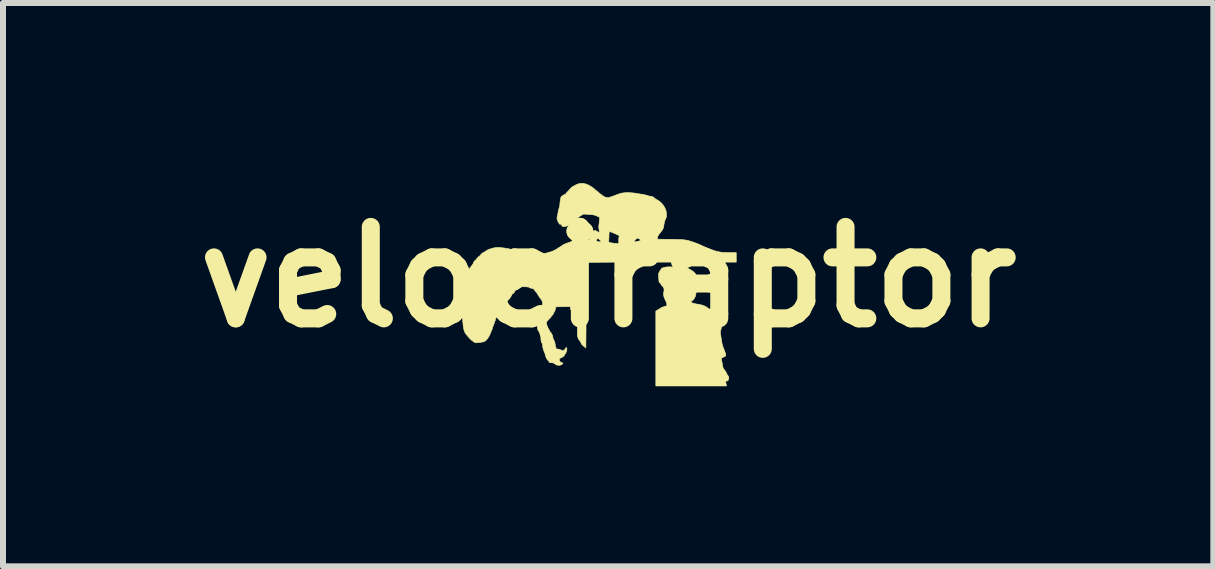
<source format=kicad_pcb>
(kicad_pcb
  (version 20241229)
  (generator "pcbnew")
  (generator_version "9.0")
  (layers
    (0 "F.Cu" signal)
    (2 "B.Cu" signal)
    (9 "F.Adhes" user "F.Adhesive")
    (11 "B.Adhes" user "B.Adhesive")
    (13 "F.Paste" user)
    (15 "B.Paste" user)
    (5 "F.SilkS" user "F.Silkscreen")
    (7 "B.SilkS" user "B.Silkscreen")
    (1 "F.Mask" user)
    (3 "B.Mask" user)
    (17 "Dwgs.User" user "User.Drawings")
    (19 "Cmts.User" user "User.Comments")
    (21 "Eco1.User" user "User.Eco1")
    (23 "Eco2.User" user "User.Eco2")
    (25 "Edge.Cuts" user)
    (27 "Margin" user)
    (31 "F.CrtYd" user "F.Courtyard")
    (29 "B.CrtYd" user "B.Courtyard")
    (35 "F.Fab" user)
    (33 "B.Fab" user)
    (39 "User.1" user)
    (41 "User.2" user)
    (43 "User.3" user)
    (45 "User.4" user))
  (footprint "velociraptor"
    (layer "F.Cu")
    (at 7.083 1.565)
    (property "Reference" "velociraptor" (at 0 0 0) (layer "F.SilkS") (effects (font (size 1.524 1.524) (thickness 0.3))))
    (attr through_hole)
    (fp_poly (pts (xy -1.949 -0.473) (xy -1.953 -0.47) (xy -1.956 -0.473) (xy -1.953 -0.476) (xy -1.949 -0.473)) (stroke (width 0.01) (type solid)) (fill yes) (layer "F.SilkS"))
    (fp_poly (pts (xy -1.232 0.206) (xy -1.235 0.21) (xy -1.238 0.206) (xy -1.235 0.203) (xy -1.232 0.206)) (stroke (width 0.01) (type solid)) (fill yes) (layer "F.SilkS"))
    (fp_poly (pts (xy -1.003 0.727) (xy -1.006 0.73) (xy -1.01 0.727) (xy -1.006 0.724) (xy -1.003 0.727)) (stroke (width 0.01) (type solid)) (fill yes) (layer "F.SilkS"))
    (fp_poly (pts (xy -1.107 1.088) (xy -1.106 1.096) (xy -1.107 1.096) (xy -1.111 1.096) (xy -1.111 1.092) (xy -1.109 1.087) (xy -1.107 1.088)) (stroke (width 0.01) (type solid)) (fill yes) (layer "F.SilkS"))
    (fp_poly (pts (xy 1.075 -0.166) (xy 1.086 -0.164) (xy 1.112 -0.161) (xy 1.145 -0.158) (xy 1.183 -0.157) (xy 1.216 -0.156) (xy 1.26 -0.155) (xy 1.292 -0.152) (xy 1.316 -0.148) (xy 1.326 -0.145) (xy 1.349 -0.134) (xy 1.375 -0.119) (xy 1.401 -0.102) (xy 1.424 -0.085) (xy 1.437 -0.071) (xy 1.449 -0.057) (xy 1.458 -0.048) (xy 1.465 -0.036) (xy 1.467 -0.029) (xy 1.47 -0.02) (xy 1.473 -0.019) (xy 1.478 -0.013) (xy 1.483 0.003) (xy 1.486 0.027) (xy 1.489 0.056) (xy 1.49 0.087) (xy 1.489 0.119) (xy 1.487 0.149) (xy 1.483 0.174) (xy 1.483 0.175) (xy 1.477 0.199) (xy 1.473 0.221) (xy 1.47 0.235) (xy 1.467 0.25) (xy 1.463 0.271) (xy 1.46 0.292) (xy 1.448 0.333) (xy 1.427 0.368) (xy 1.405 0.392) (xy 1.393 0.401) (xy 1.384 0.403) (xy 1.384 0.403) (xy 1.379 0.405) (xy 1.378 0.409) (xy 1.384 0.421) (xy 1.402 0.432) (xy 1.432 0.442) (xy 1.474 0.451) (xy 1.491 0.453) (xy 1.547 0.464) (xy 1.594 0.478) (xy 1.634 0.498) (xy 1.67 0.523) (xy 1.696 0.548) (xy 1.716 0.569) (xy 1.734 0.591) (xy 1.747 0.609) (xy 1.749 0.613) (xy 1.76 0.632) (xy 1.774 0.656) (xy 1.785 0.673) (xy 1.801 0.698) (xy 1.816 0.724) (xy 1.824 0.74) (xy 1.836 0.76) (xy 1.85 0.775) (xy 1.857 0.781) (xy 1.873 0.796) (xy 1.882 0.819) (xy 1.885 0.848) (xy 1.879 0.878) (xy 1.876 0.886) (xy 1.869 0.913) (xy 1.869 0.933) (xy 1.878 0.988) (xy 1.884 1.032) (xy 1.89 1.067) (xy 1.895 1.096) (xy 1.9 1.119) (xy 1.905 1.139) (xy 1.911 1.158) (xy 1.918 1.177) (xy 1.926 1.199) (xy 1.937 1.225) (xy 1.937 1.226) (xy 1.949 1.258) (xy 1.956 1.28) (xy 1.959 1.296) (xy 1.959 1.308) (xy 1.956 1.314) (xy 1.946 1.325) (xy 1.937 1.327) (xy 1.923 1.332) (xy 1.918 1.337) (xy 1.905 1.345) (xy 1.897 1.346) (xy 1.891 1.347) (xy 1.888 1.351) (xy 1.887 1.36) (xy 1.888 1.376) (xy 1.892 1.4) (xy 1.899 1.435) (xy 1.904 1.46) (xy 1.908 1.485) (xy 1.909 1.495) (xy 1.919 1.525) (xy 1.934 1.543) (xy 1.948 1.562) (xy 1.963 1.586) (xy 1.97 1.6) (xy 1.98 1.621) (xy 1.99 1.637) (xy 1.996 1.644) (xy 2.007 1.661) (xy 2.01 1.684) (xy 2.005 1.709) (xy 2.004 1.711) (xy 1.996 1.726) (xy 1.986 1.732) (xy 1.974 1.734) (xy 1.961 1.734) (xy 1.957 1.74) (xy 1.958 1.753) (xy 1.959 1.754) (xy 1.963 1.776) (xy 1.967 1.795) (xy 1.97 1.816) (xy 0.794 1.816) (xy 0.794 0.568) (xy 0.83 0.546) (xy 0.849 0.535) (xy 0.864 0.526) (xy 0.87 0.521) (xy 0.879 0.515) (xy 0.894 0.507) (xy 0.909 0.501) (xy 0.915 0.5) (xy 0.927 0.496) (xy 0.93 0.494) (xy 0.94 0.49) (xy 0.957 0.486) (xy 0.961 0.486) (xy 0.977 0.48) (xy 0.988 0.474) (xy 0.989 0.472) (xy 0.987 0.463) (xy 0.981 0.445) (xy 0.971 0.422) (xy 0.96 0.401) (xy 0.942 0.362) (xy 0.93 0.331) (xy 0.924 0.304) (xy 0.923 0.278) (xy 0.927 0.25) (xy 0.928 0.244) (xy 0.932 0.221) (xy 0.932 0.205) (xy 0.929 0.192) (xy 0.923 0.178) (xy 0.914 0.162) (xy 0.905 0.152) (xy 0.903 0.151) (xy 0.895 0.145) (xy 0.885 0.13) (xy 0.876 0.114) (xy 0.866 0.098) (xy 0.86 0.089) (xy 0.857 0.089) (xy 0.855 0.094) (xy 0.851 0.092) (xy 0.849 0.083) (xy 0.846 0.065) (xy 0.844 0.041) (xy 0.842 0.013) (xy 0.841 -0.015) (xy 0.84 -0.039) (xy 0.841 -0.058) (xy 0.842 -0.067) (xy 0.848 -0.073) (xy 0.851 -0.073) (xy 0.854 -0.074) (xy 0.853 -0.079) (xy 0.854 -0.087) (xy 0.857 -0.089) (xy 0.862 -0.092) (xy 0.861 -0.094) (xy 0.862 -0.102) (xy 0.87 -0.113) (xy 0.879 -0.125) (xy 0.883 -0.133) (xy 0.889 -0.141) (xy 0.904 -0.15) (xy 0.928 -0.157) (xy 0.956 -0.164) (xy 0.987 -0.168) (xy 0.987 -0.168) (xy 1.031 -0.169) (xy 1.075 -0.166)) (stroke (width 0.01) (type solid)) (fill yes) (layer "F.SilkS"))
    (fp_poly (pts (xy -0.404 -1.558) (xy -0.4 -1.555) (xy -0.396 -1.552) (xy -0.394 -1.553) (xy -0.383 -1.553) (xy -0.379 -1.552) (xy -0.366 -1.546) (xy -0.362 -1.545) (xy -0.349 -1.541) (xy -0.329 -1.531) (xy -0.305 -1.519) (xy -0.282 -1.505) (xy -0.263 -1.493) (xy -0.255 -1.487) (xy -0.241 -1.476) (xy -0.221 -1.458) (xy -0.197 -1.439) (xy -0.185 -1.429) (xy -0.142 -1.393) (xy -0.107 -1.366) (xy -0.077 -1.346) (xy -0.052 -1.332) (xy -0.031 -1.325) (xy -0.011 -1.322) (xy 0.004 -1.323) (xy 0.021 -1.327) (xy 0.046 -1.335) (xy 0.076 -1.345) (xy 0.103 -1.355) (xy 0.15 -1.373) (xy 0.188 -1.386) (xy 0.221 -1.396) (xy 0.252 -1.401) (xy 0.283 -1.404) (xy 0.317 -1.405) (xy 0.33 -1.405) (xy 0.367 -1.404) (xy 0.405 -1.401) (xy 0.44 -1.398) (xy 0.457 -1.395) (xy 0.492 -1.389) (xy 0.53 -1.383) (xy 0.565 -1.378) (xy 0.565 -1.377) (xy 0.595 -1.372) (xy 0.624 -1.366) (xy 0.647 -1.359) (xy 0.65 -1.358) (xy 0.671 -1.351) (xy 0.692 -1.347) (xy 0.699 -1.346) (xy 0.719 -1.344) (xy 0.74 -1.337) (xy 0.757 -1.328) (xy 0.766 -1.319) (xy 0.773 -1.312) (xy 0.788 -1.301) (xy 0.809 -1.29) (xy 0.812 -1.288) (xy 0.862 -1.256) (xy 0.904 -1.215) (xy 0.938 -1.164) (xy 0.944 -1.152) (xy 0.957 -1.123) (xy 0.964 -1.1) (xy 0.969 -1.076) (xy 0.97 -1.052) (xy 0.971 -1.025) (xy 0.97 -1.005) (xy 0.965 -0.987) (xy 0.956 -0.966) (xy 0.954 -0.963) (xy 0.938 -0.919) (xy 0.929 -0.87) (xy 0.924 -0.837) (xy 0.916 -0.81) (xy 0.903 -0.784) (xy 0.883 -0.757) (xy 0.862 -0.731) (xy 0.837 -0.698) (xy 0.823 -0.669) (xy 0.819 -0.647) (xy 0.819 -0.63) (xy 1.04 -0.627) (xy 1.105 -0.626) (xy 1.159 -0.624) (xy 1.204 -0.623) (xy 1.241 -0.621) (xy 1.273 -0.618) (xy 1.3 -0.614) (xy 1.326 -0.609) (xy 1.351 -0.602) (xy 1.377 -0.594) (xy 1.406 -0.585) (xy 1.413 -0.582) (xy 1.45 -0.569) (xy 1.485 -0.556) (xy 1.516 -0.543) (xy 1.542 -0.532) (xy 1.559 -0.523) (xy 1.565 -0.52) (xy 1.576 -0.515) (xy 1.582 -0.514) (xy 1.592 -0.511) (xy 1.594 -0.507) (xy 1.596 -0.503) (xy 1.598 -0.504) (xy 1.605 -0.503) (xy 1.618 -0.496) (xy 1.621 -0.494) (xy 1.632 -0.487) (xy 1.636 -0.486) (xy 1.636 -0.488) (xy 1.636 -0.493) (xy 1.641 -0.491) (xy 1.648 -0.485) (xy 1.647 -0.482) (xy 1.649 -0.479) (xy 1.654 -0.48) (xy 1.665 -0.479) (xy 1.681 -0.473) (xy 1.684 -0.471) (xy 1.698 -0.463) (xy 1.707 -0.458) (xy 1.708 -0.458) (xy 1.719 -0.456) (xy 1.733 -0.452) (xy 1.744 -0.448) (xy 1.746 -0.445) (xy 1.752 -0.442) (xy 1.763 -0.44) (xy 1.778 -0.437) (xy 1.787 -0.434) (xy 1.798 -0.428) (xy 1.8 -0.428) (xy 1.809 -0.426) (xy 1.827 -0.423) (xy 1.851 -0.418) (xy 1.86 -0.417) (xy 1.897 -0.411) (xy 1.945 -0.408) (xy 2.003 -0.406) (xy 2.023 -0.406) (xy 2.134 -0.406) (xy 2.134 -0.248) (xy 0.904 -0.248) (xy 0.749 -0.248) (xy 0.606 -0.248) (xy 0.475 -0.247) (xy 0.355 -0.247) (xy 0.247 -0.247) (xy 0.149 -0.247) (xy 0.061 -0.247) (xy -0.017 -0.246) (xy -0.085 -0.246) (xy -0.145 -0.245) (xy -0.196 -0.245) (xy -0.239 -0.244) (xy -0.274 -0.244) (xy -0.301 -0.243) (xy -0.322 -0.242) (xy -0.337 -0.241) (xy -0.345 -0.241) (xy -0.347 -0.24) (xy -0.368 -0.232) (xy -0.368 0.474) (xy -0.368 0.568) (xy -0.368 0.658) (xy -0.369 0.743) (xy -0.369 0.824) (xy -0.369 0.898) (xy -0.37 0.965) (xy -0.37 1.025) (xy -0.371 1.076) (xy -0.371 1.118) (xy -0.372 1.15) (xy -0.372 1.171) (xy -0.373 1.181) (xy -0.373 1.181) (xy -0.381 1.177) (xy -0.388 1.17) (xy -0.4 1.159) (xy -0.416 1.146) (xy -0.421 1.141) (xy -0.437 1.126) (xy -0.447 1.111) (xy -0.449 1.106) (xy -0.458 1.085) (xy -0.474 1.06) (xy -0.49 1.041) (xy -0.497 1.029) (xy -0.504 1.009) (xy -0.508 0.993) (xy -0.51 0.981) (xy -0.512 0.968) (xy -0.513 0.953) (xy -0.513 0.934) (xy -0.513 0.91) (xy -0.512 0.879) (xy -0.51 0.84) (xy -0.508 0.792) (xy -0.504 0.732) (xy -0.504 0.73) (xy -0.5 0.657) (xy -0.522 0.648) (xy -0.539 0.639) (xy -0.553 0.63) (xy -0.554 0.629) (xy -0.576 0.608) (xy -0.59 0.593) (xy -0.598 0.58) (xy -0.601 0.569) (xy -0.608 0.554) (xy -0.617 0.548) (xy -0.625 0.542) (xy -0.628 0.528) (xy -0.629 0.52) (xy -0.629 0.495) (xy -0.751 0.495) (xy -0.796 0.496) (xy -0.83 0.496) (xy -0.853 0.497) (xy -0.867 0.499) (xy -0.874 0.502) (xy -0.875 0.503) (xy -0.877 0.521) (xy -0.88 0.535) (xy -0.882 0.543) (xy -0.882 0.543) (xy -0.884 0.548) (xy -0.886 0.558) (xy -0.892 0.575) (xy -0.898 0.584) (xy -0.906 0.594) (xy -0.907 0.599) (xy -0.911 0.611) (xy -0.919 0.624) (xy -0.927 0.634) (xy -0.934 0.638) (xy -0.935 0.637) (xy -0.939 0.637) (xy -0.938 0.64) (xy -0.939 0.648) (xy -0.946 0.656) (xy -0.954 0.664) (xy -0.955 0.668) (xy -0.958 0.674) (xy -0.968 0.685) (xy -0.984 0.7) (xy -0.986 0.702) (xy -1.002 0.717) (xy -1.014 0.729) (xy -1.018 0.736) (xy -1.018 0.736) (xy -1.021 0.744) (xy -1.024 0.748) (xy -1.028 0.762) (xy -1.026 0.783) (xy -1.018 0.811) (xy -1.006 0.841) (xy -0.996 0.859) (xy -0.985 0.88) (xy -0.976 0.896) (xy -0.972 0.905) (xy -0.972 0.906) (xy -0.968 0.912) (xy -0.958 0.923) (xy -0.943 0.944) (xy -0.93 0.97) (xy -0.922 0.996) (xy -0.921 1.01) (xy -0.918 1.027) (xy -0.911 1.039) (xy -0.903 1.053) (xy -0.902 1.061) (xy -0.899 1.071) (xy -0.896 1.073) (xy -0.892 1.079) (xy -0.888 1.094) (xy -0.884 1.115) (xy -0.881 1.139) (xy -0.88 1.15) (xy -0.876 1.158) (xy -0.875 1.159) (xy -0.871 1.169) (xy -0.87 1.182) (xy -0.869 1.193) (xy -0.864 1.199) (xy -0.85 1.2) (xy -0.843 1.2) (xy -0.817 1.204) (xy -0.795 1.213) (xy -0.768 1.224) (xy -0.745 1.224) (xy -0.725 1.212) (xy -0.713 1.192) (xy -0.704 1.178) (xy -0.697 1.175) (xy -0.691 1.181) (xy -0.688 1.196) (xy -0.689 1.216) (xy -0.692 1.232) (xy -0.7 1.254) (xy -0.71 1.274) (xy -0.715 1.28) (xy -0.725 1.293) (xy -0.73 1.304) (xy -0.73 1.305) (xy -0.735 1.314) (xy -0.748 1.325) (xy -0.766 1.337) (xy -0.783 1.347) (xy -0.798 1.352) (xy -0.801 1.353) (xy -0.809 1.355) (xy -0.812 1.365) (xy -0.813 1.377) (xy -0.81 1.397) (xy -0.801 1.411) (xy -0.796 1.416) (xy -0.781 1.425) (xy -0.769 1.429) (xy -0.769 1.429) (xy -0.756 1.431) (xy -0.755 1.439) (xy -0.761 1.448) (xy -0.786 1.465) (xy -0.817 1.472) (xy -0.85 1.468) (xy -0.857 1.466) (xy -0.871 1.459) (xy -0.882 1.451) (xy -0.781 1.451) (xy -0.778 1.454) (xy -0.775 1.451) (xy -0.778 1.448) (xy -0.781 1.451) (xy -0.882 1.451) (xy -0.888 1.447) (xy -0.891 1.445) (xy -0.916 1.432) (xy -0.934 1.429) (xy -0.952 1.427) (xy -0.964 1.421) (xy -0.965 1.421) (xy -0.971 1.416) (xy -0.969 1.421) (xy -0.969 1.421) (xy -0.967 1.427) (xy -0.973 1.425) (xy -0.977 1.423) (xy -0.986 1.415) (xy -0.987 1.41) (xy -0.989 1.402) (xy -0.996 1.396) (xy -1.013 1.378) (xy -1.029 1.351) (xy -1.042 1.321) (xy -1.047 1.3) (xy -1.054 1.273) (xy -1.065 1.244) (xy -1.071 1.231) (xy -1.082 1.203) (xy -1.088 1.176) (xy -1.089 1.167) (xy -1.091 1.148) (xy -1.094 1.134) (xy -1.095 1.131) (xy -1.096 1.12) (xy -1.095 1.118) (xy -1.096 1.112) (xy -1.098 1.111) (xy -1.102 1.107) (xy -1.1 1.101) (xy -1.102 1.089) (xy -1.108 1.082) (xy -1.114 1.074) (xy -1.118 1.061) (xy -1.12 1.039) (xy -1.12 1.03) (xy -1.121 1.008) (xy -1.123 0.993) (xy -1.125 0.988) (xy -1.125 0.988) (xy -1.128 0.984) (xy -1.131 0.975) (xy -1.118 0.975) (xy -1.114 0.978) (xy -1.111 0.975) (xy -1.114 0.972) (xy -1.118 0.975) (xy -1.131 0.975) (xy -1.132 0.971) (xy -1.133 0.966) (xy -1.138 0.945) (xy -1.146 0.923) (xy -1.156 0.904) (xy -1.164 0.895) (xy -1.169 0.886) (xy -1.173 0.873) (xy -1.176 0.858) (xy -1.176 0.847) (xy -1.174 0.845) (xy -1.171 0.841) (xy -1.172 0.838) (xy -1.178 0.834) (xy -1.18 0.834) (xy -1.183 0.831) (xy -1.184 0.818) (xy -1.183 0.798) (xy -1.181 0.776) (xy -1.178 0.757) (xy -1.174 0.741) (xy -1.169 0.731) (xy -1.167 0.73) (xy -1.164 0.726) (xy -1.165 0.72) (xy -1.166 0.707) (xy -1.164 0.703) (xy -1.159 0.691) (xy -1.159 0.689) (xy -1.156 0.669) (xy -1.151 0.65) (xy -1.147 0.635) (xy -1.143 0.629) (xy -1.142 0.629) (xy -1.14 0.624) (xy -1.141 0.619) (xy -1.141 0.606) (xy -1.139 0.602) (xy -1.136 0.591) (xy -1.135 0.573) (xy -1.135 0.565) (xy -1.135 0.549) (xy -1.134 0.544) (xy -1.13 0.549) (xy -1.13 0.549) (xy -1.126 0.555) (xy -1.125 0.551) (xy -1.126 0.54) (xy -1.125 0.524) (xy -1.124 0.518) (xy -1.121 0.521) (xy -1.118 0.518) (xy -1.121 0.514) (xy -1.124 0.517) (xy -1.121 0.506) (xy -1.121 0.505) (xy -1.118 0.505) (xy -1.114 0.508) (xy -1.111 0.505) (xy -1.114 0.502) (xy -1.118 0.505) (xy -1.121 0.505) (xy -1.116 0.492) (xy -1.111 0.492) (xy -1.108 0.495) (xy -1.105 0.492) (xy -1.108 0.489) (xy -1.111 0.492) (xy -1.116 0.492) (xy -1.114 0.488) (xy -1.107 0.474) (xy -1.101 0.47) (xy -1.101 0.474) (xy -1.102 0.477) (xy -1.103 0.482) (xy -1.1 0.48) (xy -1.096 0.471) (xy -1.096 0.466) (xy -1.096 0.454) (xy -1.094 0.449) (xy -1.089 0.438) (xy -1.092 0.425) (xy -1.097 0.414) (xy -1.102 0.404) (xy -1.101 0.4) (xy -1.101 0.396) (xy -1.104 0.392) (xy -1.108 0.382) (xy -1.106 0.378) (xy -1.106 0.376) (xy -1.11 0.377) (xy -1.117 0.378) (xy -1.118 0.375) (xy -1.121 0.367) (xy -1.131 0.353) (xy -1.137 0.346) (xy -1.148 0.333) (xy -1.153 0.325) (xy -1.153 0.324) (xy -1.154 0.32) (xy -1.161 0.31) (xy -1.162 0.31) (xy -1.17 0.299) (xy -1.171 0.291) (xy -1.173 0.286) (xy -1.175 0.286) (xy -1.18 0.283) (xy -1.179 0.282) (xy -1.181 0.276) (xy -1.19 0.265) (xy -1.193 0.262) (xy -1.201 0.253) (xy -1.202 0.251) (xy -1.2 0.252) (xy -1.198 0.252) (xy -1.204 0.245) (xy -1.209 0.24) (xy -1.222 0.227) (xy -1.226 0.219) (xy -1.226 0.219) (xy -1.222 0.222) (xy -1.219 0.219) (xy -1.222 0.216) (xy -1.226 0.219) (xy -1.226 0.219) (xy -1.228 0.214) (xy -1.229 0.212) (xy -1.232 0.201) (xy -1.237 0.199) (xy -1.246 0.197) (xy -1.248 0.197) (xy -1.256 0.194) (xy -1.257 0.194) (xy -1.265 0.191) (xy -1.265 0.191) (xy -1.272 0.189) (xy -1.279 0.187) (xy -1.302 0.182) (xy -1.315 0.178) (xy -1.319 0.172) (xy -1.318 0.168) (xy -1.318 0.16) (xy -1.321 0.159) (xy -1.327 0.164) (xy -1.327 0.165) (xy -1.331 0.169) (xy -1.334 0.168) (xy -1.343 0.166) (xy -1.361 0.164) (xy -1.385 0.163) (xy -1.394 0.163) (xy -1.422 0.162) (xy -1.44 0.164) (xy -1.449 0.167) (xy -1.451 0.169) (xy -1.459 0.176) (xy -1.467 0.178) (xy -1.476 0.18) (xy -1.477 0.183) (xy -1.479 0.19) (xy -1.483 0.193) (xy -1.49 0.193) (xy -1.489 0.189) (xy -1.49 0.188) (xy -1.496 0.195) (xy -1.499 0.199) (xy -1.512 0.211) (xy -1.525 0.213) (xy -1.525 0.212) (xy -1.534 0.212) (xy -1.535 0.217) (xy -1.539 0.224) (xy -1.545 0.225) (xy -1.552 0.226) (xy -1.552 0.229) (xy -1.554 0.237) (xy -1.559 0.243) (xy -1.565 0.252) (xy -1.565 0.255) (xy -1.567 0.261) (xy -1.576 0.27) (xy -1.584 0.277) (xy -1.586 0.275) (xy -1.585 0.275) (xy -1.586 0.266) (xy -1.589 0.263) (xy -1.594 0.261) (xy -1.593 0.263) (xy -1.593 0.271) (xy -1.599 0.285) (xy -1.608 0.303) (xy -1.618 0.322) (xy -1.628 0.337) (xy -1.635 0.344) (xy -1.637 0.349) (xy -1.635 0.349) (xy -1.636 0.353) (xy -1.645 0.363) (xy -1.658 0.376) (xy -1.674 0.393) (xy -1.696 0.416) (xy -1.718 0.442) (xy -1.729 0.454) (xy -1.748 0.476) (xy -1.764 0.496) (xy -1.777 0.511) (xy -1.781 0.516) (xy -1.787 0.524) (xy -1.787 0.527) (xy -1.788 0.531) (xy -1.793 0.542) (xy -1.802 0.554) (xy -1.812 0.566) (xy -1.816 0.57) (xy -1.822 0.576) (xy -1.82 0.578) (xy -1.82 0.582) (xy -1.826 0.593) (xy -1.828 0.596) (xy -1.837 0.61) (xy -1.841 0.62) (xy -1.841 0.621) (xy -1.846 0.631) (xy -1.851 0.638) (xy -1.858 0.646) (xy -1.863 0.659) (xy -1.868 0.679) (xy -1.869 0.684) (xy -1.874 0.695) (xy -1.875 0.696) (xy -1.879 0.705) (xy -1.88 0.715) (xy -1.882 0.728) (xy -1.885 0.733) (xy -1.89 0.741) (xy -1.895 0.756) (xy -1.895 0.757) (xy -1.901 0.778) (xy -1.909 0.797) (xy -1.917 0.814) (xy -1.921 0.828) (xy -1.921 0.828) (xy -1.926 0.846) (xy -1.932 0.866) (xy -1.939 0.883) (xy -1.943 0.892) (xy -1.948 0.902) (xy -1.954 0.918) (xy -1.956 0.924) (xy -1.979 0.979) (xy -2.011 1.028) (xy -2.038 1.059) (xy -2.06 1.073) (xy -2.092 1.083) (xy -2.13 1.089) (xy -2.134 1.089) (xy -2.156 1.091) (xy -2.176 1.094) (xy -2.18 1.095) (xy -2.2 1.097) (xy -2.222 1.091) (xy -2.246 1.077) (xy -2.275 1.054) (xy -2.309 1.021) (xy -2.313 1.017) (xy -2.336 0.991) (xy -2.358 0.965) (xy -2.375 0.943) (xy -2.386 0.927) (xy -2.386 0.925) (xy -2.396 0.901) (xy -2.405 0.872) (xy -2.412 0.837) (xy -2.417 0.795) (xy -2.422 0.744) (xy -2.425 0.683) (xy -2.427 0.612) (xy -2.428 0.578) (xy -2.43 0.502) (xy -2.433 0.436) (xy -2.436 0.383) (xy -2.44 0.341) (xy -2.442 0.324) (xy -2.448 0.28) (xy -2.449 0.244) (xy -2.446 0.216) (xy -2.443 0.206) (xy -1.518 0.206) (xy -1.514 0.21) (xy -1.511 0.206) (xy -1.514 0.203) (xy -1.518 0.206) (xy -2.443 0.206) (xy -2.438 0.191) (xy -2.432 0.18) (xy -2.43 0.175) (xy -1.492 0.175) (xy -1.489 0.178) (xy -1.486 0.175) (xy -1.489 0.171) (xy -1.492 0.175) (xy -2.43 0.175) (xy -2.426 0.168) (xy -1.46 0.168) (xy -1.457 0.171) (xy -1.454 0.168) (xy -1.457 0.165) (xy -1.46 0.168) (xy -2.426 0.168) (xy -2.424 0.164) (xy -2.42 0.153) (xy -2.419 0.151) (xy -2.417 0.143) (xy -2.41 0.128) (xy -2.404 0.113) (xy -2.393 0.088) (xy -2.382 0.058) (xy -2.371 0.026) (xy -2.361 -0.006) (xy -2.353 -0.033) (xy -2.349 -0.052) (xy -2.348 -0.054) (xy -2.343 -0.071) (xy -2.333 -0.09) (xy -2.327 -0.098) (xy -2.316 -0.116) (xy -2.308 -0.133) (xy -2.307 -0.139) (xy -2.3 -0.156) (xy -2.291 -0.168) (xy -2.276 -0.184) (xy -2.262 -0.203) (xy -2.25 -0.222) (xy -2.243 -0.237) (xy -2.242 -0.243) (xy -2.237 -0.253) (xy -2.226 -0.266) (xy -2.224 -0.268) (xy -2.21 -0.281) (xy -2.193 -0.3) (xy -2.183 -0.312) (xy -2.168 -0.329) (xy -2.155 -0.341) (xy -2.148 -0.346) (xy -2.138 -0.353) (xy -2.126 -0.367) (xy -2.122 -0.372) (xy -2.106 -0.39) (xy -2.086 -0.404) (xy -2.084 -0.404) (xy -2.063 -0.415) (xy -2.044 -0.428) (xy -2.043 -0.429) (xy -2.028 -0.439) (xy -2.017 -0.444) (xy -2.016 -0.445) (xy -2.008 -0.448) (xy -2.007 -0.451) (xy -2.001 -0.456) (xy -1.988 -0.462) (xy -1.973 -0.465) (xy -1.963 -0.464) (xy -1.951 -0.467) (xy -1.946 -0.47) (xy -1.933 -0.477) (xy -1.923 -0.48) (xy -1.905 -0.484) (xy -1.892 -0.487) (xy -1.87 -0.49) (xy -1.839 -0.491) (xy -1.803 -0.49) (xy -1.765 -0.486) (xy -1.743 -0.484) (xy -1.716 -0.48) (xy -1.691 -0.476) (xy -1.673 -0.473) (xy -1.672 -0.473) (xy -1.652 -0.469) (xy -1.629 -0.462) (xy -1.624 -0.46) (xy -1.588 -0.449) (xy -1.547 -0.439) (xy -1.506 -0.431) (xy -1.47 -0.426) (xy -1.464 -0.426) (xy -1.442 -0.424) (xy -1.425 -0.421) (xy -1.418 -0.418) (xy -1.408 -0.415) (xy -1.389 -0.412) (xy -1.365 -0.411) (xy -1.357 -0.41) (xy -1.332 -0.409) (xy -1.311 -0.407) (xy -1.298 -0.404) (xy -1.296 -0.404) (xy -1.285 -0.401) (xy -1.266 -0.398) (xy -1.242 -0.397) (xy -1.242 -0.397) (xy -1.215 -0.395) (xy -1.19 -0.391) (xy -1.174 -0.387) (xy -1.153 -0.384) (xy -1.124 -0.384) (xy -1.09 -0.387) (xy -1.053 -0.393) (xy -1.018 -0.401) (xy -0.999 -0.407) (xy -0.98 -0.414) (xy -0.966 -0.417) (xy -0.961 -0.417) (xy -0.954 -0.418) (xy -0.94 -0.424) (xy -0.92 -0.433) (xy -0.897 -0.444) (xy -0.875 -0.456) (xy -0.857 -0.466) (xy -0.845 -0.473) (xy -0.842 -0.476) (xy -0.834 -0.482) (xy -0.819 -0.491) (xy -0.809 -0.496) (xy -0.79 -0.507) (xy -0.775 -0.518) (xy -0.77 -0.522) (xy -0.768 -0.524) (xy -0.762 -0.524) (xy -0.759 -0.521) (xy -0.756 -0.524) (xy -0.759 -0.527) (xy -0.762 -0.524) (xy -0.768 -0.524) (xy -0.759 -0.531) (xy -0.752 -0.533) (xy -0.743 -0.537) (xy -0.742 -0.538) (xy -0.735 -0.543) (xy -0.72 -0.55) (xy -0.701 -0.558) (xy -0.681 -0.566) (xy -0.663 -0.571) (xy -0.654 -0.574) (xy -0.644 -0.577) (xy -0.641 -0.578) (xy -0.632 -0.584) (xy -0.63 -0.584) (xy 0.007 -0.584) (xy 0.012 -0.577) (xy 0.02 -0.575) (xy 0.079 -0.564) (xy 0.135 -0.559) (xy 0.177 -0.559) (xy 0.176 -0.592) (xy 0.433 -0.592) (xy 0.435 -0.586) (xy 0.447 -0.585) (xy 0.47 -0.588) (xy 0.497 -0.595) (xy 0.518 -0.6) (xy 0.533 -0.606) (xy 0.54 -0.61) (xy 0.54 -0.61) (xy 0.535 -0.621) (xy 0.522 -0.633) (xy 0.506 -0.642) (xy 0.497 -0.645) (xy 0.486 -0.647) (xy 0.476 -0.642) (xy 0.463 -0.631) (xy 0.456 -0.622) (xy 0.44 -0.604) (xy 0.433 -0.592) (xy 0.176 -0.592) (xy 0.176 -0.595) (xy 0.176 -0.622) (xy 0.178 -0.649) (xy 0.18 -0.66) (xy 0.185 -0.689) (xy 0.133 -0.713) (xy 0.093 -0.731) (xy 0.06 -0.745) (xy 0.036 -0.753) (xy 0.022 -0.756) (xy 0.018 -0.752) (xy 0.016 -0.739) (xy 0.014 -0.717) (xy 0.013 -0.687) (xy 0.013 -0.657) (xy 0.011 -0.629) (xy 0.01 -0.608) (xy 0.009 -0.599) (xy 0.007 -0.584) (xy -0.63 -0.584) (xy -0.612 -0.59) (xy -0.609 -0.591) (xy -0.201 -0.591) (xy -0.178 -0.589) (xy -0.147 -0.586) (xy -0.126 -0.586) (xy -0.116 -0.588) (xy -0.114 -0.59) (xy -0.119 -0.596) (xy -0.13 -0.608) (xy -0.145 -0.622) (xy -0.16 -0.635) (xy -0.172 -0.644) (xy -0.178 -0.648) (xy -0.182 -0.642) (xy -0.188 -0.629) (xy -0.191 -0.619) (xy -0.201 -0.591) (xy -0.609 -0.591) (xy -0.585 -0.598) (xy -0.552 -0.605) (xy -0.517 -0.612) (xy -0.511 -0.613) (xy -0.467 -0.619) (xy -0.428 -0.621) (xy -0.397 -0.619) (xy -0.364 -0.616) (xy -0.341 -0.614) (xy -0.327 -0.615) (xy -0.318 -0.619) (xy -0.312 -0.626) (xy -0.308 -0.639) (xy -0.304 -0.651) (xy -0.298 -0.674) (xy -0.293 -0.695) (xy -0.292 -0.706) (xy -0.287 -0.722) (xy -0.274 -0.741) (xy -0.257 -0.758) (xy -0.243 -0.768) (xy -0.227 -0.773) (xy -0.212 -0.774) (xy -0.203 -0.771) (xy -0.202 -0.77) (xy -0.195 -0.764) (xy -0.182 -0.757) (xy -0.166 -0.75) (xy -0.153 -0.746) (xy -0.147 -0.746) (xy -0.147 -0.754) (xy -0.148 -0.77) (xy -0.152 -0.79) (xy -0.156 -0.822) (xy -0.156 -0.852) (xy -0.153 -0.874) (xy -0.149 -0.904) (xy -0.146 -0.936) (xy -0.144 -0.956) (xy -0.143 -0.994) (xy -0.183 -1.014) (xy -0.2 -1.021) (xy -0.215 -1.027) (xy -0.233 -1.032) (xy -0.253 -1.036) (xy -0.28 -1.039) (xy -0.315 -1.042) (xy -0.356 -1.045) (xy -0.41 -1.049) (xy -0.451 -1.025) (xy -0.475 -1.01) (xy -0.494 -0.996) (xy -0.514 -0.981) (xy -0.536 -0.962) (xy -0.564 -0.937) (xy -0.565 -0.936) (xy -0.606 -0.901) (xy -0.641 -0.874) (xy -0.671 -0.856) (xy -0.7 -0.845) (xy -0.724 -0.84) (xy -0.75 -0.84) (xy -0.767 -0.846) (xy -0.774 -0.86) (xy -0.775 -0.868) (xy -0.777 -0.879) (xy -0.785 -0.88) (xy -0.789 -0.88) (xy -0.801 -0.878) (xy -0.811 -0.882) (xy -0.82 -0.894) (xy -0.831 -0.914) (xy -0.837 -0.927) (xy -0.839 -0.93) (xy -0.591 -0.93) (xy -0.587 -0.927) (xy -0.584 -0.93) (xy -0.587 -0.933) (xy -0.591 -0.93) (xy -0.839 -0.93) (xy -0.849 -0.956) (xy -0.853 -0.981) (xy -0.85 -1.004) (xy -0.846 -1.016) (xy -0.842 -1.028) (xy -0.842 -1.032) (xy -0.839 -1.051) (xy -0.835 -1.075) (xy -0.829 -1.101) (xy -0.823 -1.127) (xy -0.818 -1.149) (xy -0.813 -1.164) (xy -0.811 -1.169) (xy -0.806 -1.176) (xy -0.806 -1.177) (xy -0.807 -1.187) (xy -0.805 -1.206) (xy -0.803 -1.231) (xy -0.8 -1.258) (xy -0.796 -1.284) (xy -0.792 -1.304) (xy -0.787 -1.328) (xy -0.78 -1.341) (xy -0.774 -1.345) (xy -0.764 -1.349) (xy -0.762 -1.352) (xy -0.757 -1.357) (xy -0.744 -1.365) (xy -0.729 -1.373) (xy -0.716 -1.378) (xy -0.709 -1.379) (xy -0.706 -1.381) (xy -0.707 -1.383) (xy -0.705 -1.39) (xy -0.695 -1.402) (xy -0.68 -1.418) (xy -0.679 -1.418) (xy -0.664 -1.433) (xy -0.654 -1.443) (xy -0.652 -1.448) (xy -0.652 -1.448) (xy -0.652 -1.452) (xy -0.648 -1.457) (xy -0.638 -1.463) (xy -0.633 -1.463) (xy -0.63 -1.463) (xy -0.631 -1.465) (xy -0.629 -1.474) (xy -0.617 -1.487) (xy -0.596 -1.503) (xy -0.566 -1.52) (xy -0.547 -1.53) (xy -0.518 -1.544) (xy -0.495 -1.552) (xy -0.473 -1.557) (xy -0.447 -1.559) (xy -0.447 -1.559) (xy -0.42 -1.56) (xy -0.404 -1.558)) (stroke (width 0.01) (type solid)) (fill yes) (layer "F.SilkS")))
  (gr_rect
    (start -3 -3)
    (end 17.166 6.386)
    (stroke (width 0.1) (type default))
    (fill no)
    (layer "Edge.Cuts")))
</source>
